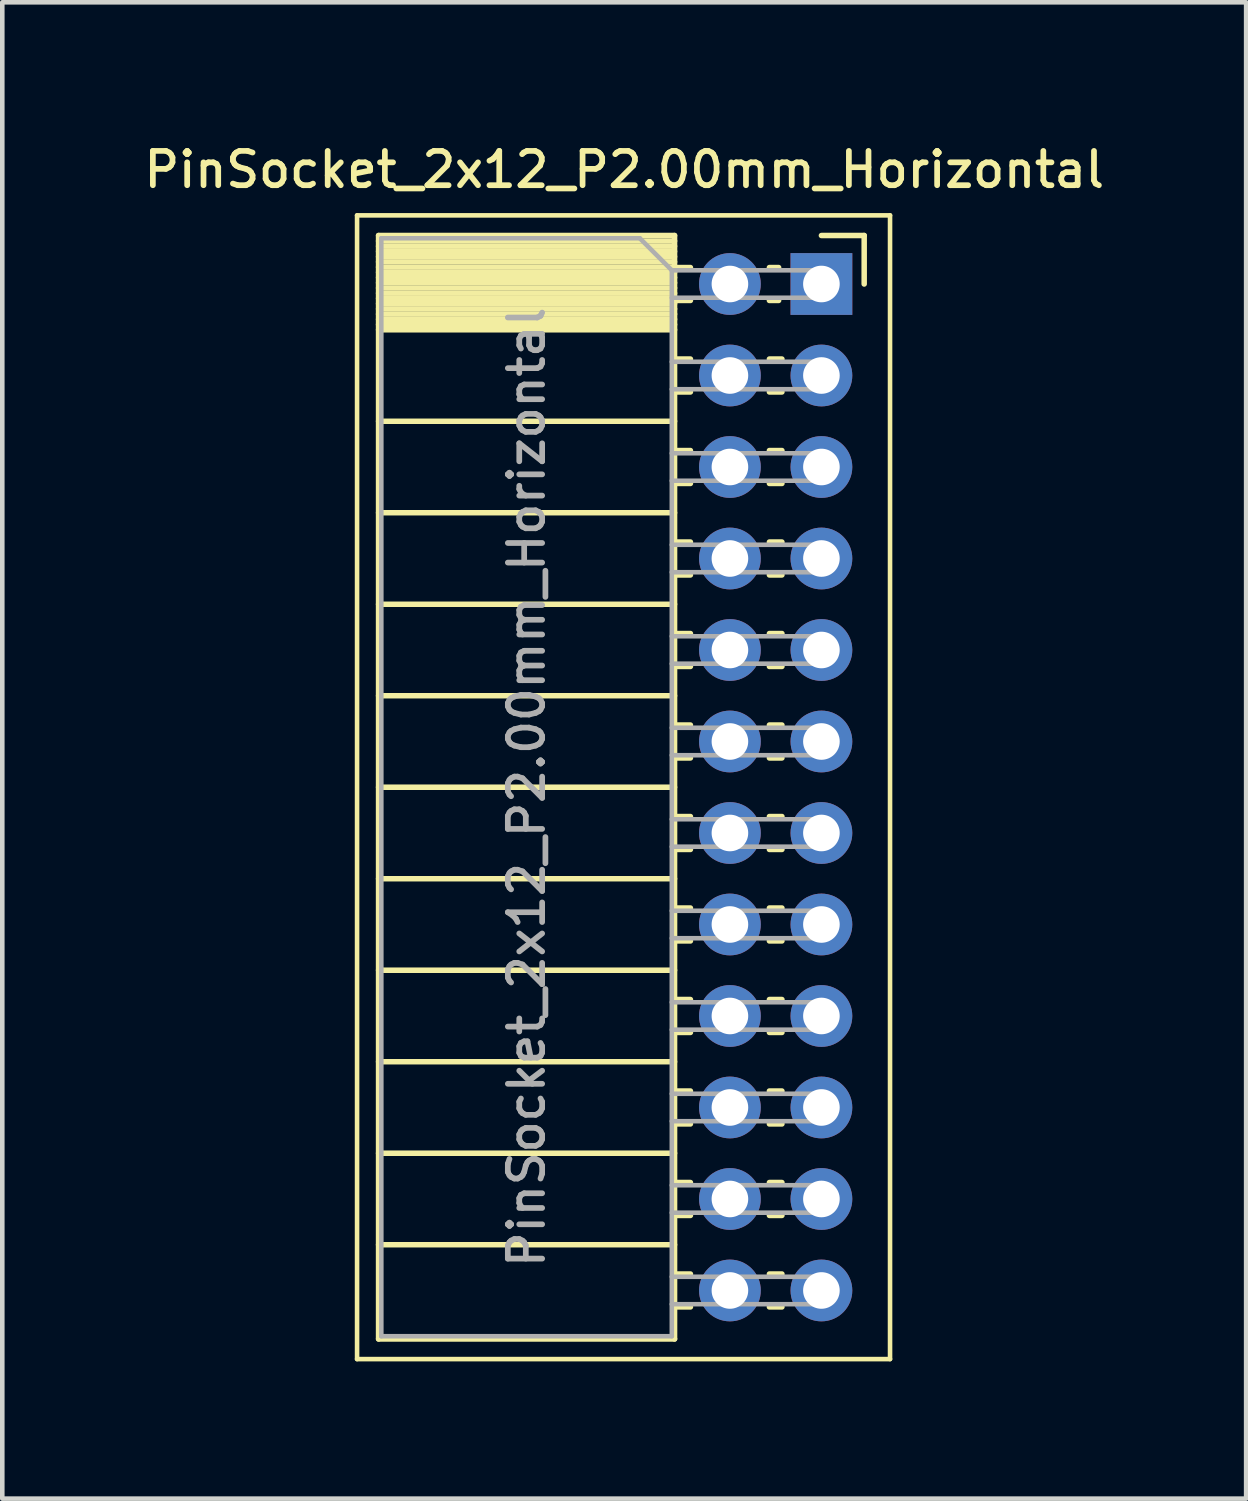
<source format=kicad_pcb>
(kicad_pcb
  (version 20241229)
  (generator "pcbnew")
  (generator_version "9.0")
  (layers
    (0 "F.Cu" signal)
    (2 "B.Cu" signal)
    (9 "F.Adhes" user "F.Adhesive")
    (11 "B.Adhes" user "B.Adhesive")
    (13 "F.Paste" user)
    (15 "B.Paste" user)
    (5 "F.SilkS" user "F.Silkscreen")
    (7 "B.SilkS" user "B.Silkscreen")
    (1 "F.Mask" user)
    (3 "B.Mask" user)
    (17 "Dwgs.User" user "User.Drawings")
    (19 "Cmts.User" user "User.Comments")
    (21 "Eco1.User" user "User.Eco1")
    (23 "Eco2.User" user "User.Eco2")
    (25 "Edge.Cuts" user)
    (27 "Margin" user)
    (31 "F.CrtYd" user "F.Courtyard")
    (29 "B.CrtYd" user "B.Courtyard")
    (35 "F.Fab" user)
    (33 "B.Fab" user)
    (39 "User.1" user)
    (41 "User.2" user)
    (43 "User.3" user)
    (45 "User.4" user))
  (footprint "PinSocket_2x12_P2.00mm_Horizontal"
    (layer "F.Cu")
    (at 14.905 3.158)
    (property "Reference" "PinSocket_2x12_P2.00mm_Horizontal" (at -4.31 -2.5 0) (layer "F.SilkS") (effects (font (size 0.75 0.75) (thickness 0.125))))
    (attr through_hole)
    (fp_line (start -10.15 -1.5) (end -10.15 23.5) (stroke (width 0.1) (type solid)) (layer "F.SilkS"))
    (fp_line (start -10.15 23.5) (end 1.5 23.5) (stroke (width 0.1) (type solid)) (layer "F.SilkS"))
    (fp_line (start -9.68 -1.06) (end -9.68 23.06) (stroke (width 0.12) (type solid)) (layer "F.SilkS"))
    (fp_line (start -9.68 -1.06) (end -3.21 -1.06) (stroke (width 0.12) (type solid)) (layer "F.SilkS"))
    (fp_line (start -9.68 -0.94) (end -3.21 -0.94) (stroke (width 0.12) (type solid)) (layer "F.SilkS"))
    (fp_line (start -9.68 -0.826) (end -3.21 -0.826) (stroke (width 0.12) (type solid)) (layer "F.SilkS"))
    (fp_line (start -9.68 -0.712) (end -3.21 -0.712) (stroke (width 0.12) (type solid)) (layer "F.SilkS"))
    (fp_line (start -9.68 -0.598) (end -3.21 -0.598) (stroke (width 0.12) (type solid)) (layer "F.SilkS"))
    (fp_line (start -9.68 -0.484) (end -3.21 -0.484) (stroke (width 0.12) (type solid)) (layer "F.SilkS"))
    (fp_line (start -9.68 -0.369) (end -3.21 -0.369) (stroke (width 0.12) (type solid)) (layer "F.SilkS"))
    (fp_line (start -9.68 -0.255) (end -3.21 -0.255) (stroke (width 0.12) (type solid)) (layer "F.SilkS"))
    (fp_line (start -9.68 -0.141) (end -3.21 -0.141) (stroke (width 0.12) (type solid)) (layer "F.SilkS"))
    (fp_line (start -9.68 -0.027) (end -3.21 -0.027) (stroke (width 0.12) (type solid)) (layer "F.SilkS"))
    (fp_line (start -9.68 0.087) (end -3.21 0.087) (stroke (width 0.12) (type solid)) (layer "F.SilkS"))
    (fp_line (start -9.68 0.201) (end -3.21 0.201) (stroke (width 0.12) (type solid)) (layer "F.SilkS"))
    (fp_line (start -9.68 0.315) (end -3.21 0.315) (stroke (width 0.12) (type solid)) (layer "F.SilkS"))
    (fp_line (start -9.68 0.429) (end -3.21 0.429) (stroke (width 0.12) (type solid)) (layer "F.SilkS"))
    (fp_line (start -9.68 0.544) (end -3.21 0.544) (stroke (width 0.12) (type solid)) (layer "F.SilkS"))
    (fp_line (start -9.68 0.658) (end -3.21 0.658) (stroke (width 0.12) (type solid)) (layer "F.SilkS"))
    (fp_line (start -9.68 0.772) (end -3.21 0.772) (stroke (width 0.12) (type solid)) (layer "F.SilkS"))
    (fp_line (start -9.68 0.886) (end -3.21 0.886) (stroke (width 0.12) (type solid)) (layer "F.SilkS"))
    (fp_line (start -9.68 1) (end -3.21 1) (stroke (width 0.12) (type solid)) (layer "F.SilkS"))
    (fp_line (start -9.68 3) (end -3.21 3) (stroke (width 0.12) (type solid)) (layer "F.SilkS"))
    (fp_line (start -9.68 5) (end -3.21 5) (stroke (width 0.12) (type solid)) (layer "F.SilkS"))
    (fp_line (start -9.68 7) (end -3.21 7) (stroke (width 0.12) (type solid)) (layer "F.SilkS"))
    (fp_line (start -9.68 9) (end -3.21 9) (stroke (width 0.12) (type solid)) (layer "F.SilkS"))
    (fp_line (start -9.68 11) (end -3.21 11) (stroke (width 0.12) (type solid)) (layer "F.SilkS"))
    (fp_line (start -9.68 13) (end -3.21 13) (stroke (width 0.12) (type solid)) (layer "F.SilkS"))
    (fp_line (start -9.68 15) (end -3.21 15) (stroke (width 0.12) (type solid)) (layer "F.SilkS"))
    (fp_line (start -9.68 17) (end -3.21 17) (stroke (width 0.12) (type solid)) (layer "F.SilkS"))
    (fp_line (start -9.68 19) (end -3.21 19) (stroke (width 0.12) (type solid)) (layer "F.SilkS"))
    (fp_line (start -9.68 21) (end -3.21 21) (stroke (width 0.12) (type solid)) (layer "F.SilkS"))
    (fp_line (start -9.68 23.06) (end -3.21 23.06) (stroke (width 0.12) (type solid)) (layer "F.SilkS"))
    (fp_line (start -3.21 -1.06) (end -3.21 23.06) (stroke (width 0.12) (type solid)) (layer "F.SilkS"))
    (fp_line (start -3.21 -0.36) (end -2.863 -0.36) (stroke (width 0.12) (type solid)) (layer "F.SilkS"))
    (fp_line (start -3.21 0.36) (end -2.863 0.36) (stroke (width 0.12) (type solid)) (layer "F.SilkS"))
    (fp_line (start -3.21 1.64) (end -2.863 1.64) (stroke (width 0.12) (type solid)) (layer "F.SilkS"))
    (fp_line (start -3.21 2.36) (end -2.863 2.36) (stroke (width 0.12) (type solid)) (layer "F.SilkS"))
    (fp_line (start -3.21 3.64) (end -2.863 3.64) (stroke (width 0.12) (type solid)) (layer "F.SilkS"))
    (fp_line (start -3.21 4.36) (end -2.863 4.36) (stroke (width 0.12) (type solid)) (layer "F.SilkS"))
    (fp_line (start -3.21 5.64) (end -2.863 5.64) (stroke (width 0.12) (type solid)) (layer "F.SilkS"))
    (fp_line (start -3.21 6.36) (end -2.863 6.36) (stroke (width 0.12) (type solid)) (layer "F.SilkS"))
    (fp_line (start -3.21 7.64) (end -2.863 7.64) (stroke (width 0.12) (type solid)) (layer "F.SilkS"))
    (fp_line (start -3.21 8.36) (end -2.863 8.36) (stroke (width 0.12) (type solid)) (layer "F.SilkS"))
    (fp_line (start -3.21 9.64) (end -2.863 9.64) (stroke (width 0.12) (type solid)) (layer "F.SilkS"))
    (fp_line (start -3.21 10.36) (end -2.863 10.36) (stroke (width 0.12) (type solid)) (layer "F.SilkS"))
    (fp_line (start -3.21 11.64) (end -2.863 11.64) (stroke (width 0.12) (type solid)) (layer "F.SilkS"))
    (fp_line (start -3.21 12.36) (end -2.863 12.36) (stroke (width 0.12) (type solid)) (layer "F.SilkS"))
    (fp_line (start -3.21 13.64) (end -2.863 13.64) (stroke (width 0.12) (type solid)) (layer "F.SilkS"))
    (fp_line (start -3.21 14.36) (end -2.863 14.36) (stroke (width 0.12) (type solid)) (layer "F.SilkS"))
    (fp_line (start -3.21 15.64) (end -2.863 15.64) (stroke (width 0.12) (type solid)) (layer "F.SilkS"))
    (fp_line (start -3.21 16.36) (end -2.863 16.36) (stroke (width 0.12) (type solid)) (layer "F.SilkS"))
    (fp_line (start -3.21 17.64) (end -2.863 17.64) (stroke (width 0.12) (type solid)) (layer "F.SilkS"))
    (fp_line (start -3.21 18.36) (end -2.863 18.36) (stroke (width 0.12) (type solid)) (layer "F.SilkS"))
    (fp_line (start -3.21 19.64) (end -2.863 19.64) (stroke (width 0.12) (type solid)) (layer "F.SilkS"))
    (fp_line (start -3.21 20.36) (end -2.863 20.36) (stroke (width 0.12) (type solid)) (layer "F.SilkS"))
    (fp_line (start -3.21 21.64) (end -2.863 21.64) (stroke (width 0.12) (type solid)) (layer "F.SilkS"))
    (fp_line (start -3.21 22.36) (end -2.863 22.36) (stroke (width 0.12) (type solid)) (layer "F.SilkS"))
    (fp_line (start -1.137 -0.36) (end -0.935 -0.36) (stroke (width 0.12) (type solid)) (layer "F.SilkS"))
    (fp_line (start -1.137 0.36) (end -0.935 0.36) (stroke (width 0.12) (type solid)) (layer "F.SilkS"))
    (fp_line (start -1.137 1.64) (end -0.863 1.64) (stroke (width 0.12) (type solid)) (layer "F.SilkS"))
    (fp_line (start -1.137 2.36) (end -0.863 2.36) (stroke (width 0.12) (type solid)) (layer "F.SilkS"))
    (fp_line (start -1.137 3.64) (end -0.863 3.64) (stroke (width 0.12) (type solid)) (layer "F.SilkS"))
    (fp_line (start -1.137 4.36) (end -0.863 4.36) (stroke (width 0.12) (type solid)) (layer "F.SilkS"))
    (fp_line (start -1.137 5.64) (end -0.863 5.64) (stroke (width 0.12) (type solid)) (layer "F.SilkS"))
    (fp_line (start -1.137 6.36) (end -0.863 6.36) (stroke (width 0.12) (type solid)) (layer "F.SilkS"))
    (fp_line (start -1.137 7.64) (end -0.863 7.64) (stroke (width 0.12) (type solid)) (layer "F.SilkS"))
    (fp_line (start -1.137 8.36) (end -0.863 8.36) (stroke (width 0.12) (type solid)) (layer "F.SilkS"))
    (fp_line (start -1.137 9.64) (end -0.863 9.64) (stroke (width 0.12) (type solid)) (layer "F.SilkS"))
    (fp_line (start -1.137 10.36) (end -0.863 10.36) (stroke (width 0.12) (type solid)) (layer "F.SilkS"))
    (fp_line (start -1.137 11.64) (end -0.863 11.64) (stroke (width 0.12) (type solid)) (layer "F.SilkS"))
    (fp_line (start -1.137 12.36) (end -0.863 12.36) (stroke (width 0.12) (type solid)) (layer "F.SilkS"))
    (fp_line (start -1.137 13.64) (end -0.863 13.64) (stroke (width 0.12) (type solid)) (layer "F.SilkS"))
    (fp_line (start -1.137 14.36) (end -0.863 14.36) (stroke (width 0.12) (type solid)) (layer "F.SilkS"))
    (fp_line (start -1.137 15.64) (end -0.863 15.64) (stroke (width 0.12) (type solid)) (layer "F.SilkS"))
    (fp_line (start -1.137 16.36) (end -0.863 16.36) (stroke (width 0.12) (type solid)) (layer "F.SilkS"))
    (fp_line (start -1.137 17.64) (end -0.863 17.64) (stroke (width 0.12) (type solid)) (layer "F.SilkS"))
    (fp_line (start -1.137 18.36) (end -0.863 18.36) (stroke (width 0.12) (type solid)) (layer "F.SilkS"))
    (fp_line (start -1.137 19.64) (end -0.863 19.64) (stroke (width 0.12) (type solid)) (layer "F.SilkS"))
    (fp_line (start -1.137 20.36) (end -0.863 20.36) (stroke (width 0.12) (type solid)) (layer "F.SilkS"))
    (fp_line (start -1.137 21.64) (end -0.863 21.64) (stroke (width 0.12) (type solid)) (layer "F.SilkS"))
    (fp_line (start -1.137 22.36) (end -0.863 22.36) (stroke (width 0.12) (type solid)) (layer "F.SilkS"))
    (fp_line (start 0 -1.06) (end 0.935 -1.06) (stroke (width 0.12) (type solid)) (layer "F.SilkS"))
    (fp_line (start 0.935 -1.06) (end 0.935 0) (stroke (width 0.12) (type solid)) (layer "F.SilkS"))
    (fp_line (start 1.5 -1.5) (end -10.15 -1.5) (stroke (width 0.1) (type solid)) (layer "F.SilkS"))
    (fp_line (start 1.5 23.5) (end 1.5 -1.5) (stroke (width 0.1) (type solid)) (layer "F.SilkS"))
    (fp_line (start -9.62 -1) (end -3.97 -1) (stroke (width 0.1) (type solid)) (layer "F.Fab"))
    (fp_line (start -9.62 23) (end -9.62 -1) (stroke (width 0.1) (type solid)) (layer "F.Fab"))
    (fp_line (start -3.97 -1) (end -3.27 -0.3) (stroke (width 0.1) (type solid)) (layer "F.Fab"))
    (fp_line (start -3.27 -0.3) (end -3.27 23) (stroke (width 0.1) (type solid)) (layer "F.Fab"))
    (fp_line (start -3.27 0.3) (end 0 0.3) (stroke (width 0.1) (type solid)) (layer "F.Fab"))
    (fp_line (start -3.27 2.3) (end 0 2.3) (stroke (width 0.1) (type solid)) (layer "F.Fab"))
    (fp_line (start -3.27 4.3) (end 0 4.3) (stroke (width 0.1) (type solid)) (layer "F.Fab"))
    (fp_line (start -3.27 6.3) (end 0 6.3) (stroke (width 0.1) (type solid)) (layer "F.Fab"))
    (fp_line (start -3.27 8.3) (end 0 8.3) (stroke (width 0.1) (type solid)) (layer "F.Fab"))
    (fp_line (start -3.27 10.3) (end 0 10.3) (stroke (width 0.1) (type solid)) (layer "F.Fab"))
    (fp_line (start -3.27 12.3) (end 0 12.3) (stroke (width 0.1) (type solid)) (layer "F.Fab"))
    (fp_line (start -3.27 14.3) (end 0 14.3) (stroke (width 0.1) (type solid)) (layer "F.Fab"))
    (fp_line (start -3.27 16.3) (end 0 16.3) (stroke (width 0.1) (type solid)) (layer "F.Fab"))
    (fp_line (start -3.27 18.3) (end 0 18.3) (stroke (width 0.1) (type solid)) (layer "F.Fab"))
    (fp_line (start -3.27 20.3) (end 0 20.3) (stroke (width 0.1) (type solid)) (layer "F.Fab"))
    (fp_line (start -3.27 22.3) (end 0 22.3) (stroke (width 0.1) (type solid)) (layer "F.Fab"))
    (fp_line (start -3.27 23) (end -9.62 23) (stroke (width 0.1) (type solid)) (layer "F.Fab"))
    (fp_line (start 0 -0.3) (end -3.27 -0.3) (stroke (width 0.1) (type solid)) (layer "F.Fab"))
    (fp_line (start 0 0.3) (end 0 -0.3) (stroke (width 0.1) (type solid)) (layer "F.Fab"))
    (fp_line (start 0 1.7) (end -3.27 1.7) (stroke (width 0.1) (type solid)) (layer "F.Fab"))
    (fp_line (start 0 2.3) (end 0 1.7) (stroke (width 0.1) (type solid)) (layer "F.Fab"))
    (fp_line (start 0 3.7) (end -3.27 3.7) (stroke (width 0.1) (type solid)) (layer "F.Fab"))
    (fp_line (start 0 4.3) (end 0 3.7) (stroke (width 0.1) (type solid)) (layer "F.Fab"))
    (fp_line (start 0 5.7) (end -3.27 5.7) (stroke (width 0.1) (type solid)) (layer "F.Fab"))
    (fp_line (start 0 6.3) (end 0 5.7) (stroke (width 0.1) (type solid)) (layer "F.Fab"))
    (fp_line (start 0 7.7) (end -3.27 7.7) (stroke (width 0.1) (type solid)) (layer "F.Fab"))
    (fp_line (start 0 8.3) (end 0 7.7) (stroke (width 0.1) (type solid)) (layer "F.Fab"))
    (fp_line (start 0 9.7) (end -3.27 9.7) (stroke (width 0.1) (type solid)) (layer "F.Fab"))
    (fp_line (start 0 10.3) (end 0 9.7) (stroke (width 0.1) (type solid)) (layer "F.Fab"))
    (fp_line (start 0 11.7) (end -3.27 11.7) (stroke (width 0.1) (type solid)) (layer "F.Fab"))
    (fp_line (start 0 12.3) (end 0 11.7) (stroke (width 0.1) (type solid)) (layer "F.Fab"))
    (fp_line (start 0 13.7) (end -3.27 13.7) (stroke (width 0.1) (type solid)) (layer "F.Fab"))
    (fp_line (start 0 14.3) (end 0 13.7) (stroke (width 0.1) (type solid)) (layer "F.Fab"))
    (fp_line (start 0 15.7) (end -3.27 15.7) (stroke (width 0.1) (type solid)) (layer "F.Fab"))
    (fp_line (start 0 16.3) (end 0 15.7) (stroke (width 0.1) (type solid)) (layer "F.Fab"))
    (fp_line (start 0 17.7) (end -3.27 17.7) (stroke (width 0.1) (type solid)) (layer "F.Fab"))
    (fp_line (start 0 18.3) (end 0 17.7) (stroke (width 0.1) (type solid)) (layer "F.Fab"))
    (fp_line (start 0 19.7) (end -3.27 19.7) (stroke (width 0.1) (type solid)) (layer "F.Fab"))
    (fp_line (start 0 20.3) (end 0 19.7) (stroke (width 0.1) (type solid)) (layer "F.Fab"))
    (fp_line (start 0 21.7) (end -3.27 21.7) (stroke (width 0.1) (type solid)) (layer "F.Fab"))
    (fp_line (start 0 22.3) (end 0 21.7) (stroke (width 0.1) (type solid)) (layer "F.Fab"))
    (fp_text user "${REFERENCE}" (at -6.445 11 90) (layer "F.Fab") (effects (font (size 0.75 0.75) (thickness 0.125))))
    (pad "1" thru_hole rect (at 0 0) (size 1.35 1.35) (drill 0.8) (layers "*.Cu" "*.Mask"))
    (pad "2" thru_hole oval (at -2 0) (size 1.35 1.35) (drill 0.8) (layers "*.Cu" "*.Mask"))
    (pad "3" thru_hole oval (at 0 2) (size 1.35 1.35) (drill 0.8) (layers "*.Cu" "*.Mask"))
    (pad "4" thru_hole oval (at -2 2) (size 1.35 1.35) (drill 0.8) (layers "*.Cu" "*.Mask"))
    (pad "5" thru_hole oval (at 0 4) (size 1.35 1.35) (drill 0.8) (layers "*.Cu" "*.Mask"))
    (pad "6" thru_hole oval (at -2 4) (size 1.35 1.35) (drill 0.8) (layers "*.Cu" "*.Mask"))
    (pad "7" thru_hole oval (at 0 6) (size 1.35 1.35) (drill 0.8) (layers "*.Cu" "*.Mask"))
    (pad "8" thru_hole oval (at -2 6) (size 1.35 1.35) (drill 0.8) (layers "*.Cu" "*.Mask"))
    (pad "9" thru_hole oval (at 0 8) (size 1.35 1.35) (drill 0.8) (layers "*.Cu" "*.Mask"))
    (pad "10" thru_hole oval (at -2 8) (size 1.35 1.35) (drill 0.8) (layers "*.Cu" "*.Mask"))
    (pad "11" thru_hole oval (at 0 10) (size 1.35 1.35) (drill 0.8) (layers "*.Cu" "*.Mask"))
    (pad "12" thru_hole oval (at -2 10) (size 1.35 1.35) (drill 0.8) (layers "*.Cu" "*.Mask"))
    (pad "13" thru_hole oval (at 0 12) (size 1.35 1.35) (drill 0.8) (layers "*.Cu" "*.Mask"))
    (pad "14" thru_hole oval (at -2 12) (size 1.35 1.35) (drill 0.8) (layers "*.Cu" "*.Mask"))
    (pad "15" thru_hole oval (at 0 14) (size 1.35 1.35) (drill 0.8) (layers "*.Cu" "*.Mask"))
    (pad "16" thru_hole oval (at -2 14) (size 1.35 1.35) (drill 0.8) (layers "*.Cu" "*.Mask"))
    (pad "17" thru_hole oval (at 0 16) (size 1.35 1.35) (drill 0.8) (layers "*.Cu" "*.Mask"))
    (pad "18" thru_hole oval (at -2 16) (size 1.35 1.35) (drill 0.8) (layers "*.Cu" "*.Mask"))
    (pad "19" thru_hole oval (at 0 18) (size 1.35 1.35) (drill 0.8) (layers "*.Cu" "*.Mask"))
    (pad "20" thru_hole oval (at -2 18) (size 1.35 1.35) (drill 0.8) (layers "*.Cu" "*.Mask"))
    (pad "21" thru_hole oval (at 0 20) (size 1.35 1.35) (drill 0.8) (layers "*.Cu" "*.Mask"))
    (pad "22" thru_hole oval (at -2 20) (size 1.35 1.35) (drill 0.8) (layers "*.Cu" "*.Mask"))
    (pad "23" thru_hole oval (at 0 22) (size 1.35 1.35) (drill 0.8) (layers "*.Cu" "*.Mask"))
    (pad "24" thru_hole oval (at -2 22) (size 1.35 1.35) (drill 0.8) (layers "*.Cu" "*.Mask")))
  (gr_rect
    (start -3 -3)
    (end 24.189 29.708)
    (stroke (width 0.1) (type default))
    (fill no)
    (layer "Edge.Cuts")))
</source>
